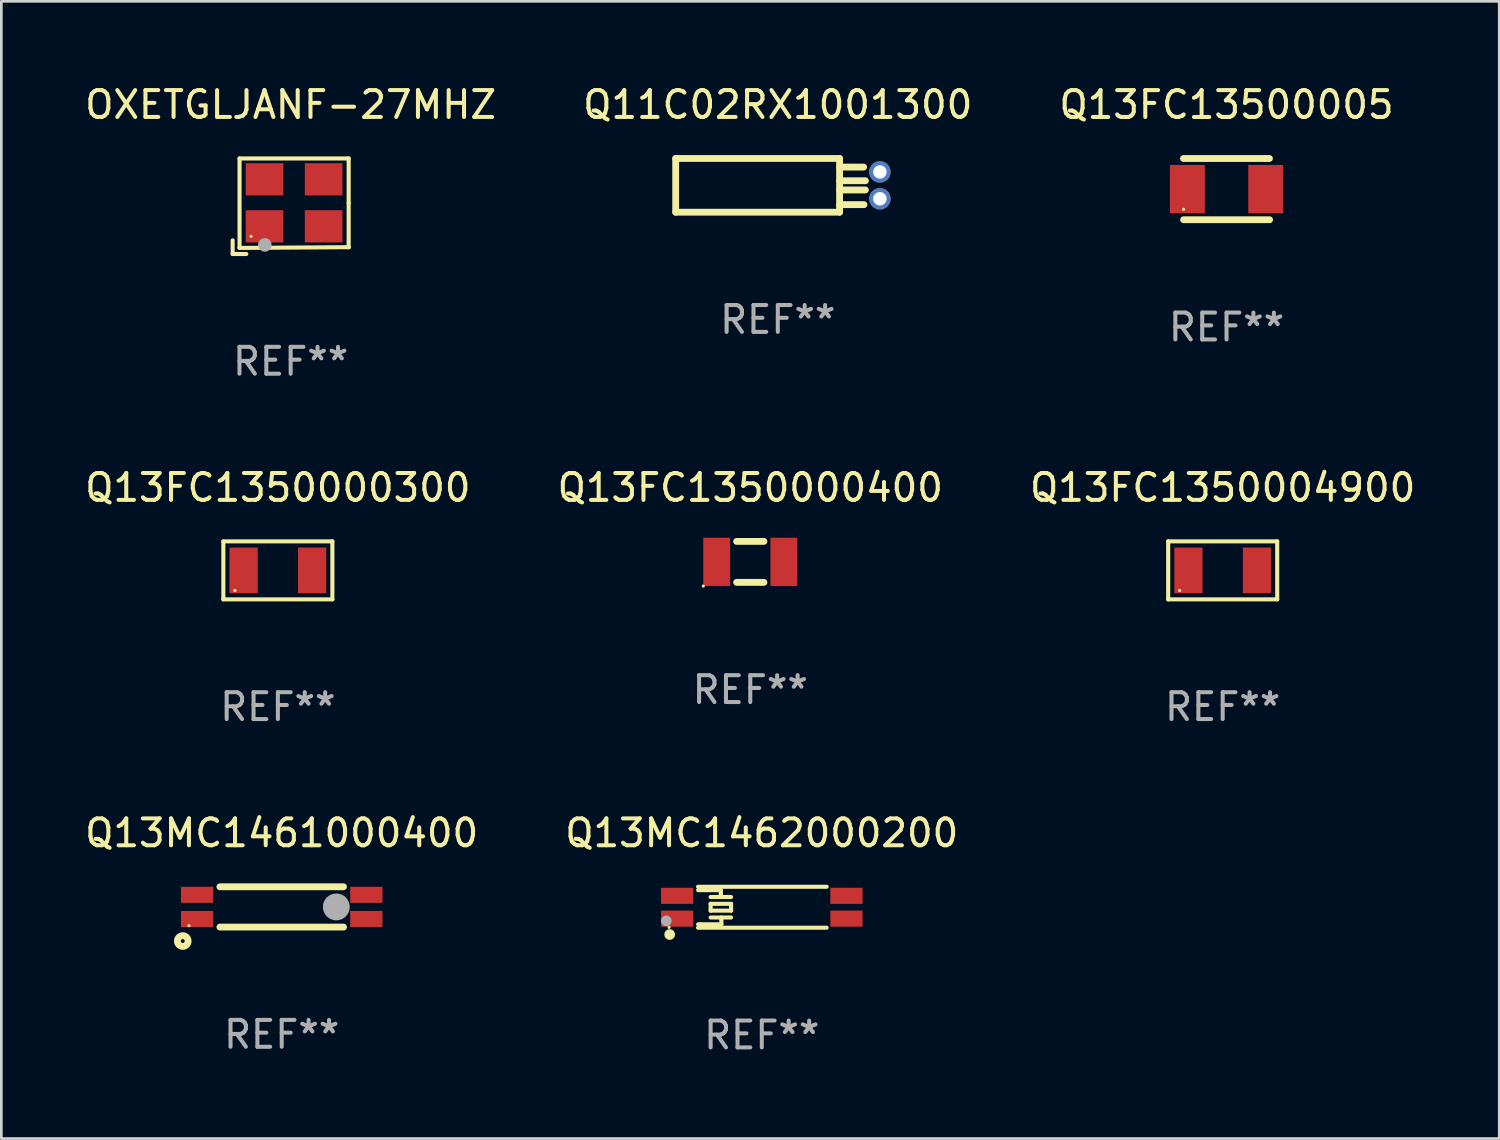
<source format=kicad_pcb>
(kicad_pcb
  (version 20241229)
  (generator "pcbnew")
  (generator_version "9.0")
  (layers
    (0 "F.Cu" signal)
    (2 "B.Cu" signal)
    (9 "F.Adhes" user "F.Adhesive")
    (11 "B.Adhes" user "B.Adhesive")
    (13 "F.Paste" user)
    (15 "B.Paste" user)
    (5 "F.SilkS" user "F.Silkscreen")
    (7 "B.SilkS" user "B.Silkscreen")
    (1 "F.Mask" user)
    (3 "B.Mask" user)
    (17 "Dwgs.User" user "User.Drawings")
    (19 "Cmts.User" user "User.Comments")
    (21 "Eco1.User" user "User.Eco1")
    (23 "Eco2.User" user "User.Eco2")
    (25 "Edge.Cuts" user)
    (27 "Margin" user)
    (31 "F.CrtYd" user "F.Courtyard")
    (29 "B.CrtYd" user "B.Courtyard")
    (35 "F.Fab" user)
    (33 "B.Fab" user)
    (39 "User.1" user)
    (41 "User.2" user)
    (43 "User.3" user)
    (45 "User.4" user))
  (footprint "Q13FC1350000400"
    (layer "F.Cu")
    (at 24.875 17.863)
    (property "Reference" "Q13FC1350000400" (at 0 -2.762 0) (layer "F.SilkS") (effects (font (size 1 1) (thickness 0.15))))
    (attr through_hole)
    (fp_line (start -0.508 -0.762) (end 0.508 -0.762) (stroke (width 0.254) (type solid)) (layer "F.SilkS"))
    (fp_line (start 0.508 0.762) (end -0.508 0.762) (stroke (width 0.254) (type solid)) (layer "F.SilkS"))
    (fp_circle (center -1.75 0.9) (end -1.72 0.9) (stroke (width 0.06) (type solid)) (fill no) (layer "F.SilkS"))
    (fp_text user "REF**" (at 0 4.762 0) (layer "F.Fab") (effects (font (size 1 1) (thickness 0.15))))
    (pad "1" smd rect (at -1.25 0.000127 90) (size 1.8 1) (layers "F.Cu" "F.Mask" "F.Paste"))
    (pad "2" smd rect (at 1.25 0.000127 90) (size 1.8 1) (layers "F.Cu" "F.Mask" "F.Paste")))
  (footprint "Q13MC1461000400"
    (layer "F.Cu")
    (at 7.435 30.705)
    (property "Reference" "Q13MC1461000400" (at 0 -2.75 0) (layer "F.SilkS") (effects (font (size 1 1) (thickness 0.15))))
    (attr through_hole)
    (fp_line (start -2.3 -0.75) (end 2.3 -0.75) (stroke (width 0.254) (type solid)) (layer "F.SilkS"))
    (fp_line (start -2.3 0.75) (end 2.3 0.75) (stroke (width 0.254) (type solid)) (layer "F.SilkS"))
    (fp_circle (center -3.683 1.27) (end -3.483 1.27) (stroke (width 0.254) (type solid)) (fill no) (layer "F.SilkS"))
    (fp_circle (center -3.45 0.7) (end -3.42 0.7) (stroke (width 0.06) (type solid)) (fill no) (layer "F.SilkS"))
    (fp_circle (center 2.032 0.000013) (end 2.282 0.000013) (stroke (width 0.5) (type solid)) (fill no) (layer "F.Fab"))
    (fp_text user "REF**" (at 0 4.75 0) (layer "F.Fab") (effects (font (size 1 1) (thickness 0.15))))
    (pad "1" smd rect (at -3.15 0.45) (size 1.2 0.6) (layers "F.Cu" "F.Mask" "F.Paste"))
    (pad "2" smd rect (at 3.15 0.45) (size 1.2 0.6) (layers "F.Cu" "F.Mask" "F.Paste"))
    (pad "3" smd rect (at 3.15 -0.45 180) (size 1.2 0.6) (layers "F.Cu" "F.Mask" "F.Paste"))
    (pad "4" smd rect (at -3.15 -0.45 180) (size 1.2 0.6) (layers "F.Cu" "F.Mask" "F.Paste")))
  (footprint "Q13FC1350004900"
    (layer "F.Cu")
    (at 42.458 18.179)
    (property "Reference" "Q13FC1350004900" (at 0 -3.079 0) (layer "F.SilkS") (effects (font (size 1 1) (thickness 0.15))))
    (attr through_hole)
    (fp_line (start -2.029 -1.079) (end 2.029 -1.079) (stroke (width 0.152) (type solid)) (layer "F.SilkS"))
    (fp_line (start -2.029 1.079) (end -2.029 -1.079) (stroke (width 0.152) (type solid)) (layer "F.SilkS"))
    (fp_line (start 2.029 -1.079) (end 2.029 1.079) (stroke (width 0.152) (type solid)) (layer "F.SilkS"))
    (fp_line (start 2.029 1.079) (end -2.029 1.079) (stroke (width 0.152) (type solid)) (layer "F.SilkS"))
    (fp_circle (center -1.6 0.75) (end -1.57 0.75) (stroke (width 0.06) (type solid)) (fill no) (layer "F.SilkS"))
    (fp_text user "REF**" (at 0 5.079 0) (layer "F.Fab") (effects (font (size 1 1) (thickness 0.15))))
    (pad "1" smd rect (at -1.275 0.000127) (size 1.05 1.7) (layers "F.Cu" "F.Mask" "F.Paste"))
    (pad "2" smd rect (at 1.275 0.000127) (size 1.05 1.7) (layers "F.Cu" "F.Mask" "F.Paste")))
  (footprint "Q13MC1462000200"
    (layer "F.Cu")
    (at 25.304 30.717)
    (property "Reference" "Q13MC1462000200" (at 0 -2.762 0) (layer "F.SilkS") (effects (font (size 1 1) (thickness 0.15))))
    (attr through_hole)
    (fp_line (start -2.286 0.635) (end -2.37 0.635) (stroke (width 0.152) (type solid)) (layer "F.SilkS"))
    (fp_line (start -1.905 -0.381) (end -1.143 -0.381) (stroke (width 0.152) (type solid)) (layer "F.SilkS"))
    (fp_line (start -1.905 -0.127) (end -1.905 0.127) (stroke (width 0.152) (type solid)) (layer "F.SilkS"))
    (fp_line (start -1.905 -0.127) (end -1.143 -0.127) (stroke (width 0.152) (type solid)) (layer "F.SilkS"))
    (fp_line (start -1.905 0.127) (end -1.143 0.127) (stroke (width 0.152) (type solid)) (layer "F.SilkS"))
    (fp_line (start -1.905 0.381) (end -1.143 0.381) (stroke (width 0.152) (type solid)) (layer "F.SilkS"))
    (fp_line (start -1.525 -0.635) (end -2.37 -0.635) (stroke (width 0.152) (type solid)) (layer "F.SilkS"))
    (fp_line (start -1.525 -0.508) (end -1.525 -0.635) (stroke (width 0.152) (type solid)) (layer "F.SilkS"))
    (fp_line (start -1.525 -0.381) (end -1.525 -0.508) (stroke (width 0.152) (type solid)) (layer "F.SilkS"))
    (fp_line (start -1.505 0.381) (end -1.505 0.635) (stroke (width 0.152) (type solid)) (layer "F.SilkS"))
    (fp_line (start -1.505 0.635) (end -2.286 0.635) (stroke (width 0.152) (type solid)) (layer "F.SilkS"))
    (fp_line (start -1.143 0.127) (end -1.143 -0.127) (stroke (width 0.152) (type solid)) (layer "F.SilkS"))
    (fp_line (start 2.413 -0.762) (end -2.374 -0.762) (stroke (width 0.152) (type solid)) (layer "F.SilkS"))
    (fp_line (start 2.413 0.762) (end -2.374 0.762) (stroke (width 0.152) (type solid)) (layer "F.SilkS"))
    (fp_circle (center -3.45 0.75) (end -3.42 0.75) (stroke (width 0.06) (type solid)) (fill no) (layer "F.SilkS"))
    (fp_circle (center -3.429 1.016) (end -3.329 1.016) (stroke (width 0.2) (type solid)) (fill no) (layer "F.SilkS"))
    (fp_circle (center -3.556 0.508) (end -3.456 0.508) (stroke (width 0.2) (type solid)) (fill no) (layer "F.Fab"))
    (fp_text user "REF**" (at 0 4.762 0) (layer "F.Fab") (effects (font (size 1 1) (thickness 0.15))))
    (pad "1" smd rect (at -3.15 0.425 90) (size 0.6 1.2) (layers "F.Cu" "F.Mask" "F.Paste"))
    (pad "2" smd rect (at 3.15 0.425 270) (size 0.6 1.2) (layers "F.Cu" "F.Mask" "F.Paste"))
    (pad "3" smd rect (at 3.15 -0.425 90) (size 0.6 1.2) (layers "F.Cu" "F.Mask" "F.Paste"))
    (pad "4" smd rect (at -3.15 -0.425 270) (size 0.6 1.2) (layers "F.Cu" "F.Mask" "F.Paste")))
  (footprint "Q11C02RX1001300"
    (layer "F.Cu")
    (at 25.899 3.848)
    (property "Reference" "Q11C02RX1001300" (at 0 -3 0) (layer "F.SilkS") (effects (font (size 1 1) (thickness 0.15))))
    (attr through_hole)
    (fp_line (start -3.8 1) (end -3.8 -1) (stroke (width 0.254) (type solid)) (layer "F.SilkS"))
    (fp_line (start 2.3 -1) (end -3.8 -1) (stroke (width 0.254) (type solid)) (layer "F.SilkS"))
    (fp_line (start 2.3 -1) (end 2.3 1) (stroke (width 0.254) (type solid)) (layer "F.SilkS"))
    (fp_line (start 2.3 -0.679) (end 3.195 -0.679) (stroke (width 0.254) (type solid)) (layer "F.SilkS"))
    (fp_line (start 2.3 -0.171) (end 3.262 -0.171) (stroke (width 0.254) (type solid)) (layer "F.SilkS"))
    (fp_line (start 2.3 0.172) (end 3.261 0.172) (stroke (width 0.254) (type solid)) (layer "F.SilkS"))
    (fp_line (start 2.3 0.718) (end 3.208 0.718) (stroke (width 0.254) (type solid)) (layer "F.SilkS"))
    (fp_line (start 2.3 1) (end -3.8 1) (stroke (width 0.254) (type solid)) (layer "F.SilkS"))
    (fp_circle (center -3.8 -1) (end -3.77 -1) (stroke (width 0.06) (type solid)) (fill no) (layer "F.SilkS"))
    (fp_text user "REF**" (at 0 5 0) (layer "F.Fab") (effects (font (size 1 1) (thickness 0.15))))
    (pad "1" thru_hole circle (at 3.8 -0.5) (size 0.8 0.8) (drill 0.5) (layers "*.Cu" "*.Mask"))
    (pad "2" thru_hole circle (at 3.8 0.5) (size 0.8 0.8) (drill 0.5) (layers "*.Cu" "*.Mask")))
  (footprint "Q13FC13500005"
    (layer "F.Cu")
    (at 42.601 3.989)
    (property "Reference" "Q13FC13500005" (at 0 -3.14 0) (layer "F.SilkS") (effects (font (size 1 1) (thickness 0.15))))
    (attr through_hole)
    (fp_line (start -1.597 1.14) (end 1.603 1.14) (stroke (width 0.254) (type solid)) (layer "F.SilkS"))
    (fp_line (start 1.597 -1.14) (end -1.603 -1.14) (stroke (width 0.254) (type solid)) (layer "F.SilkS"))
    (fp_circle (center -1.597 0.75) (end -1.567 0.75) (stroke (width 0.06) (type solid)) (fill no) (layer "F.SilkS"))
    (fp_text user "REF**" (at 0 5.14 0) (layer "F.Fab") (effects (font (size 1 1) (thickness 0.15))))
    (pad "1" smd rect (at -1.458 0) (size 1.3 1.8) (layers "F.Cu" "F.Mask" "F.Paste"))
    (pad "2" smd rect (at 1.458 0) (size 1.3 1.8) (layers "F.Cu" "F.Mask" "F.Paste")))
  (footprint "OXETGLJANF-27MHZ"
    (layer "F.Cu")
    (at 7.768 4.626)
    (property "Reference" "OXETGLJANF-27MHZ" (at 0 -3.778 0) (layer "F.SilkS") (effects (font (size 1 1) (thickness 0.15))))
    (attr through_hole)
    (fp_line (start -2.159 1.27) (end -2.159 1.778) (stroke (width 0.152) (type solid)) (layer "F.SilkS"))
    (fp_line (start -2.159 1.778) (end -1.651 1.778) (stroke (width 0.152) (type solid)) (layer "F.SilkS"))
    (fp_line (start -1.902 -1.778) (end 2.159 -1.778) (stroke (width 0.152) (type solid)) (layer "F.SilkS"))
    (fp_line (start -1.902 1.552) (end -1.902 -1.778) (stroke (width 0.152) (type solid)) (layer "F.SilkS"))
    (fp_line (start 2.159 -1.778) (end 2.159 -0.127) (stroke (width 0.152) (type solid)) (layer "F.SilkS"))
    (fp_line (start 2.159 -0.127) (end 2.159 1.524) (stroke (width 0.152) (type solid)) (layer "F.SilkS"))
    (fp_line (start 2.159 1.524) (end -1.902 1.552) (stroke (width 0.152) (type solid)) (layer "F.SilkS"))
    (fp_line (start 2.159 1.524) (end 2.159 1.524) (stroke (width 0.152) (type solid)) (layer "F.SilkS"))
    (fp_circle (center -1.473 1.123) (end -1.443 1.123) (stroke (width 0.06) (type solid)) (fill no) (layer "F.SilkS"))
    (fp_circle (center -0.961 1.44) (end -0.834 1.44) (stroke (width 0.254) (type solid)) (fill no) (layer "F.Fab"))
    (fp_text user "REF**" (at 0 5.778 0) (layer "F.Fab") (effects (font (size 1 1) (thickness 0.15))))
    (pad "1" smd rect (at -0.973 0.748) (size 1.4 1.2) (layers "F.Cu" "F.Mask" "F.Paste"))
    (pad "2" smd rect (at 1.227 0.748) (size 1.4 1.2) (layers "F.Cu" "F.Mask" "F.Paste"))
    (pad "3" smd rect (at 1.227 -1.002) (size 1.4 1.2) (layers "F.Cu" "F.Mask" "F.Paste"))
    (pad "4" smd rect (at -0.973 -1.002) (size 1.4 1.2) (layers "F.Cu" "F.Mask" "F.Paste")))
  (footprint "Q13FC1350000300"
    (layer "F.Cu")
    (at 7.292 18.179)
    (property "Reference" "Q13FC1350000300" (at 0 -3.079 0) (layer "F.SilkS") (effects (font (size 1 1) (thickness 0.15))))
    (attr through_hole)
    (fp_line (start -2.029 -1.079) (end 2.029 -1.079) (stroke (width 0.152) (type solid)) (layer "F.SilkS"))
    (fp_line (start -2.029 1.079) (end -2.029 -1.079) (stroke (width 0.152) (type solid)) (layer "F.SilkS"))
    (fp_line (start 2.029 -1.079) (end 2.029 1.079) (stroke (width 0.152) (type solid)) (layer "F.SilkS"))
    (fp_line (start 2.029 1.079) (end -2.029 1.079) (stroke (width 0.152) (type solid)) (layer "F.SilkS"))
    (fp_circle (center -1.6 0.75) (end -1.57 0.75) (stroke (width 0.06) (type solid)) (fill no) (layer "F.SilkS"))
    (fp_text user "REF**" (at 0 5.079 0) (layer "F.Fab") (effects (font (size 1 1) (thickness 0.15))))
    (pad "1" smd rect (at -1.275 0) (size 1.05 1.7) (layers "F.Cu" "F.Mask" "F.Paste"))
    (pad "2" smd rect (at 1.275 0) (size 1.05 1.7) (layers "F.Cu" "F.Mask" "F.Paste")))
  (gr_rect
    (start -3 -3)
    (end 52.75 39.327)
    (stroke (width 0.1) (type default))
    (fill no)
    (layer "Edge.Cuts")))
</source>
